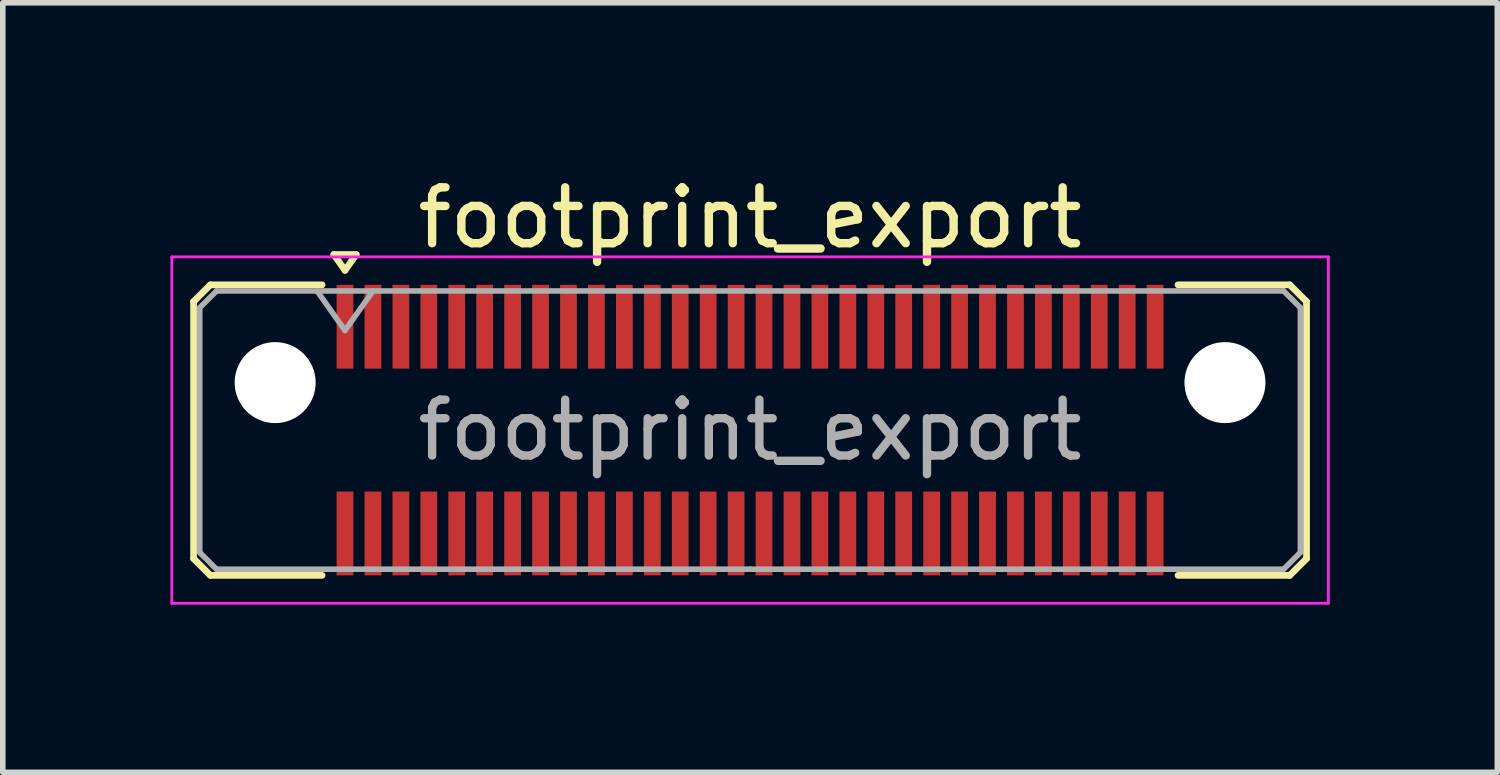
<source format=kicad_pcb>
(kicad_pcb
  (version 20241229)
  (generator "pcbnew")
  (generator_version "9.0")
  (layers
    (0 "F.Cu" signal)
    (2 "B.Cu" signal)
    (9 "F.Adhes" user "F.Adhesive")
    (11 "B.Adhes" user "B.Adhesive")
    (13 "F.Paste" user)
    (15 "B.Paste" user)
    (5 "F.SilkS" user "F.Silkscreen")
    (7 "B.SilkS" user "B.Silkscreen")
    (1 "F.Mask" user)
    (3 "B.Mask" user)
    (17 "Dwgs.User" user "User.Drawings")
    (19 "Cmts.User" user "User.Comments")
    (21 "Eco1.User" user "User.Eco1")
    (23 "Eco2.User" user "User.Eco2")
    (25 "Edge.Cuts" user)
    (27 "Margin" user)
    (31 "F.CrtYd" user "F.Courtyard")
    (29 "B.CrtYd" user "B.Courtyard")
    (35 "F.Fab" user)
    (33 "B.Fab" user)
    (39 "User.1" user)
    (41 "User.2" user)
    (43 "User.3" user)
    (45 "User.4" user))
  (footprint "footprint_export"
    (layer "F.Cu")
    (at 10.375 4.648)
    (property "Reference" "footprint_export" (at 0 -3.8 0) (layer "F.SilkS") (effects (font (size 1 1) (thickness 0.15))))
    (attr smd)
    (fp_line (start -9.96 -2.3) (end -9.96 2.3) (stroke (width 0.12) (type solid)) (layer "F.SilkS"))
    (fp_line (start -9.96 2.3) (end -9.66 2.6) (stroke (width 0.12) (type solid)) (layer "F.SilkS"))
    (fp_line (start -9.66 -2.6) (end -9.96 -2.3) (stroke (width 0.12) (type solid)) (layer "F.SilkS"))
    (fp_line (start -9.66 2.6) (end -7.66 2.6) (stroke (width 0.12) (type solid)) (layer "F.SilkS"))
    (fp_line (start -7.66 -2.6) (end -9.66 -2.6) (stroke (width 0.12) (type solid)) (layer "F.SilkS"))
    (fp_line (start -7.45 -3.143) (end -7.05 -3.143) (stroke (width 0.12) (type solid)) (layer "F.SilkS"))
    (fp_line (start -7.25 -2.86) (end -7.45 -3.143) (stroke (width 0.12) (type solid)) (layer "F.SilkS"))
    (fp_line (start -7.05 -3.143) (end -7.25 -2.86) (stroke (width 0.12) (type solid)) (layer "F.SilkS"))
    (fp_line (start 7.66 -2.6) (end 9.66 -2.6) (stroke (width 0.12) (type solid)) (layer "F.SilkS"))
    (fp_line (start 9.66 -2.6) (end 9.96 -2.3) (stroke (width 0.12) (type solid)) (layer "F.SilkS"))
    (fp_line (start 9.66 2.6) (end 7.66 2.6) (stroke (width 0.12) (type solid)) (layer "F.SilkS"))
    (fp_line (start 9.96 -2.3) (end 9.96 2.3) (stroke (width 0.12) (type solid)) (layer "F.SilkS"))
    (fp_line (start 9.96 2.3) (end 9.66 2.6) (stroke (width 0.12) (type solid)) (layer "F.SilkS"))
    (fp_line (start -10.35 -3.1) (end -10.35 3.1) (stroke (width 0.05) (type solid)) (layer "F.CrtYd"))
    (fp_line (start -10.35 3.1) (end 10.35 3.1) (stroke (width 0.05) (type solid)) (layer "F.CrtYd"))
    (fp_line (start 10.35 -3.1) (end -10.35 -3.1) (stroke (width 0.05) (type solid)) (layer "F.CrtYd"))
    (fp_line (start 10.35 3.1) (end 10.35 -3.1) (stroke (width 0.05) (type solid)) (layer "F.CrtYd"))
    (fp_line (start -9.85 -2.19) (end -9.85 2.19) (stroke (width 0.1) (type solid)) (layer "F.Fab"))
    (fp_line (start -9.85 2.19) (end -9.55 2.49) (stroke (width 0.1) (type solid)) (layer "F.Fab"))
    (fp_line (start -9.55 -2.49) (end -9.85 -2.19) (stroke (width 0.1) (type solid)) (layer "F.Fab"))
    (fp_line (start -9.55 2.49) (end 0 2.49) (stroke (width 0.1) (type solid)) (layer "F.Fab"))
    (fp_line (start -7.75 -2.49) (end -7.25 -1.783) (stroke (width 0.1) (type solid)) (layer "F.Fab"))
    (fp_line (start -7.25 -1.783) (end -6.75 -2.49) (stroke (width 0.1) (type solid)) (layer "F.Fab"))
    (fp_line (start 0 -2.49) (end -9.55 -2.49) (stroke (width 0.1) (type solid)) (layer "F.Fab"))
    (fp_line (start 0 -2.49) (end 9.55 -2.49) (stroke (width 0.1) (type solid)) (layer "F.Fab"))
    (fp_line (start 9.55 -2.49) (end 9.85 -2.19) (stroke (width 0.1) (type solid)) (layer "F.Fab"))
    (fp_line (start 9.55 2.49) (end 0 2.49) (stroke (width 0.1) (type solid)) (layer "F.Fab"))
    (fp_line (start 9.85 -2.19) (end 9.85 2.19) (stroke (width 0.1) (type solid)) (layer "F.Fab"))
    (fp_line (start 9.85 2.19) (end 9.55 2.49) (stroke (width 0.1) (type solid)) (layer "F.Fab"))
    (fp_text user "${REFERENCE}" (at 0 0 0) (layer "F.Fab") (effects (font (size 1 1) (thickness 0.15))))
    (pad "" np_thru_hole circle (at -8.5 -0.85) (size 1.45 1.45) (drill 1.45) (layers "*.Cu" "*.Mask"))
    (pad "" np_thru_hole circle (at 8.5 -0.85) (size 1.45 1.45) (drill 1.45) (layers "*.Cu" "*.Mask"))
    (pad "1" smd rect (at -7.25 -1.85) (size 0.3 1.5) (layers "F.Cu" "F.Mask" "F.Paste"))
    (pad "2" smd rect (at -7.25 1.85) (size 0.3 1.5) (layers "F.Cu" "F.Mask" "F.Paste"))
    (pad "3" smd rect (at -6.75 -1.85) (size 0.3 1.5) (layers "F.Cu" "F.Mask" "F.Paste"))
    (pad "4" smd rect (at -6.75 1.85) (size 0.3 1.5) (layers "F.Cu" "F.Mask" "F.Paste"))
    (pad "5" smd rect (at -6.25 -1.85) (size 0.3 1.5) (layers "F.Cu" "F.Mask" "F.Paste"))
    (pad "6" smd rect (at -6.25 1.85) (size 0.3 1.5) (layers "F.Cu" "F.Mask" "F.Paste"))
    (pad "7" smd rect (at -5.75 -1.85) (size 0.3 1.5) (layers "F.Cu" "F.Mask" "F.Paste"))
    (pad "8" smd rect (at -5.75 1.85) (size 0.3 1.5) (layers "F.Cu" "F.Mask" "F.Paste"))
    (pad "9" smd rect (at -5.25 -1.85) (size 0.3 1.5) (layers "F.Cu" "F.Mask" "F.Paste"))
    (pad "10" smd rect (at -5.25 1.85) (size 0.3 1.5) (layers "F.Cu" "F.Mask" "F.Paste"))
    (pad "11" smd rect (at -4.75 -1.85) (size 0.3 1.5) (layers "F.Cu" "F.Mask" "F.Paste"))
    (pad "12" smd rect (at -4.75 1.85) (size 0.3 1.5) (layers "F.Cu" "F.Mask" "F.Paste"))
    (pad "13" smd rect (at -4.25 -1.85) (size 0.3 1.5) (layers "F.Cu" "F.Mask" "F.Paste"))
    (pad "14" smd rect (at -4.25 1.85) (size 0.3 1.5) (layers "F.Cu" "F.Mask" "F.Paste"))
    (pad "15" smd rect (at -3.75 -1.85) (size 0.3 1.5) (layers "F.Cu" "F.Mask" "F.Paste"))
    (pad "16" smd rect (at -3.75 1.85) (size 0.3 1.5) (layers "F.Cu" "F.Mask" "F.Paste"))
    (pad "17" smd rect (at -3.25 -1.85) (size 0.3 1.5) (layers "F.Cu" "F.Mask" "F.Paste"))
    (pad "18" smd rect (at -3.25 1.85) (size 0.3 1.5) (layers "F.Cu" "F.Mask" "F.Paste"))
    (pad "19" smd rect (at -2.75 -1.85) (size 0.3 1.5) (layers "F.Cu" "F.Mask" "F.Paste"))
    (pad "20" smd rect (at -2.75 1.85) (size 0.3 1.5) (layers "F.Cu" "F.Mask" "F.Paste"))
    (pad "21" smd rect (at -2.25 -1.85) (size 0.3 1.5) (layers "F.Cu" "F.Mask" "F.Paste"))
    (pad "22" smd rect (at -2.25 1.85) (size 0.3 1.5) (layers "F.Cu" "F.Mask" "F.Paste"))
    (pad "23" smd rect (at -1.75 -1.85) (size 0.3 1.5) (layers "F.Cu" "F.Mask" "F.Paste"))
    (pad "24" smd rect (at -1.75 1.85) (size 0.3 1.5) (layers "F.Cu" "F.Mask" "F.Paste"))
    (pad "25" smd rect (at -1.25 -1.85) (size 0.3 1.5) (layers "F.Cu" "F.Mask" "F.Paste"))
    (pad "26" smd rect (at -1.25 1.85) (size 0.3 1.5) (layers "F.Cu" "F.Mask" "F.Paste"))
    (pad "27" smd rect (at -0.75 -1.85) (size 0.3 1.5) (layers "F.Cu" "F.Mask" "F.Paste"))
    (pad "28" smd rect (at -0.75 1.85) (size 0.3 1.5) (layers "F.Cu" "F.Mask" "F.Paste"))
    (pad "29" smd rect (at -0.25 -1.85) (size 0.3 1.5) (layers "F.Cu" "F.Mask" "F.Paste"))
    (pad "30" smd rect (at -0.25 1.85) (size 0.3 1.5) (layers "F.Cu" "F.Mask" "F.Paste"))
    (pad "31" smd rect (at 0.25 -1.85) (size 0.3 1.5) (layers "F.Cu" "F.Mask" "F.Paste"))
    (pad "32" smd rect (at 0.25 1.85) (size 0.3 1.5) (layers "F.Cu" "F.Mask" "F.Paste"))
    (pad "33" smd rect (at 0.75 -1.85) (size 0.3 1.5) (layers "F.Cu" "F.Mask" "F.Paste"))
    (pad "34" smd rect (at 0.75 1.85) (size 0.3 1.5) (layers "F.Cu" "F.Mask" "F.Paste"))
    (pad "35" smd rect (at 1.25 -1.85) (size 0.3 1.5) (layers "F.Cu" "F.Mask" "F.Paste"))
    (pad "36" smd rect (at 1.25 1.85) (size 0.3 1.5) (layers "F.Cu" "F.Mask" "F.Paste"))
    (pad "37" smd rect (at 1.75 -1.85) (size 0.3 1.5) (layers "F.Cu" "F.Mask" "F.Paste"))
    (pad "38" smd rect (at 1.75 1.85) (size 0.3 1.5) (layers "F.Cu" "F.Mask" "F.Paste"))
    (pad "39" smd rect (at 2.25 -1.85) (size 0.3 1.5) (layers "F.Cu" "F.Mask" "F.Paste"))
    (pad "40" smd rect (at 2.25 1.85) (size 0.3 1.5) (layers "F.Cu" "F.Mask" "F.Paste"))
    (pad "41" smd rect (at 2.75 -1.85) (size 0.3 1.5) (layers "F.Cu" "F.Mask" "F.Paste"))
    (pad "42" smd rect (at 2.75 1.85) (size 0.3 1.5) (layers "F.Cu" "F.Mask" "F.Paste"))
    (pad "43" smd rect (at 3.25 -1.85) (size 0.3 1.5) (layers "F.Cu" "F.Mask" "F.Paste"))
    (pad "44" smd rect (at 3.25 1.85) (size 0.3 1.5) (layers "F.Cu" "F.Mask" "F.Paste"))
    (pad "45" smd rect (at 3.75 -1.85) (size 0.3 1.5) (layers "F.Cu" "F.Mask" "F.Paste"))
    (pad "46" smd rect (at 3.75 1.85) (size 0.3 1.5) (layers "F.Cu" "F.Mask" "F.Paste"))
    (pad "47" smd rect (at 4.25 -1.85) (size 0.3 1.5) (layers "F.Cu" "F.Mask" "F.Paste"))
    (pad "48" smd rect (at 4.25 1.85) (size 0.3 1.5) (layers "F.Cu" "F.Mask" "F.Paste"))
    (pad "49" smd rect (at 4.75 -1.85) (size 0.3 1.5) (layers "F.Cu" "F.Mask" "F.Paste"))
    (pad "50" smd rect (at 4.75 1.85) (size 0.3 1.5) (layers "F.Cu" "F.Mask" "F.Paste"))
    (pad "51" smd rect (at 5.25 -1.85) (size 0.3 1.5) (layers "F.Cu" "F.Mask" "F.Paste"))
    (pad "52" smd rect (at 5.25 1.85) (size 0.3 1.5) (layers "F.Cu" "F.Mask" "F.Paste"))
    (pad "53" smd rect (at 5.75 -1.85) (size 0.3 1.5) (layers "F.Cu" "F.Mask" "F.Paste"))
    (pad "54" smd rect (at 5.75 1.85) (size 0.3 1.5) (layers "F.Cu" "F.Mask" "F.Paste"))
    (pad "55" smd rect (at 6.25 -1.85) (size 0.3 1.5) (layers "F.Cu" "F.Mask" "F.Paste"))
    (pad "56" smd rect (at 6.25 1.85) (size 0.3 1.5) (layers "F.Cu" "F.Mask" "F.Paste"))
    (pad "57" smd rect (at 6.75 -1.85) (size 0.3 1.5) (layers "F.Cu" "F.Mask" "F.Paste"))
    (pad "58" smd rect (at 6.75 1.85) (size 0.3 1.5) (layers "F.Cu" "F.Mask" "F.Paste"))
    (pad "59" smd rect (at 7.25 -1.85) (size 0.3 1.5) (layers "F.Cu" "F.Mask" "F.Paste"))
    (pad "60" smd rect (at 7.25 1.85) (size 0.3 1.5) (layers "F.Cu" "F.Mask" "F.Paste")))
  (gr_rect
    (start -3 -3)
    (end 23.75 10.773)
    (stroke (width 0.1) (type default))
    (fill no)
    (layer "Edge.Cuts")))
</source>
